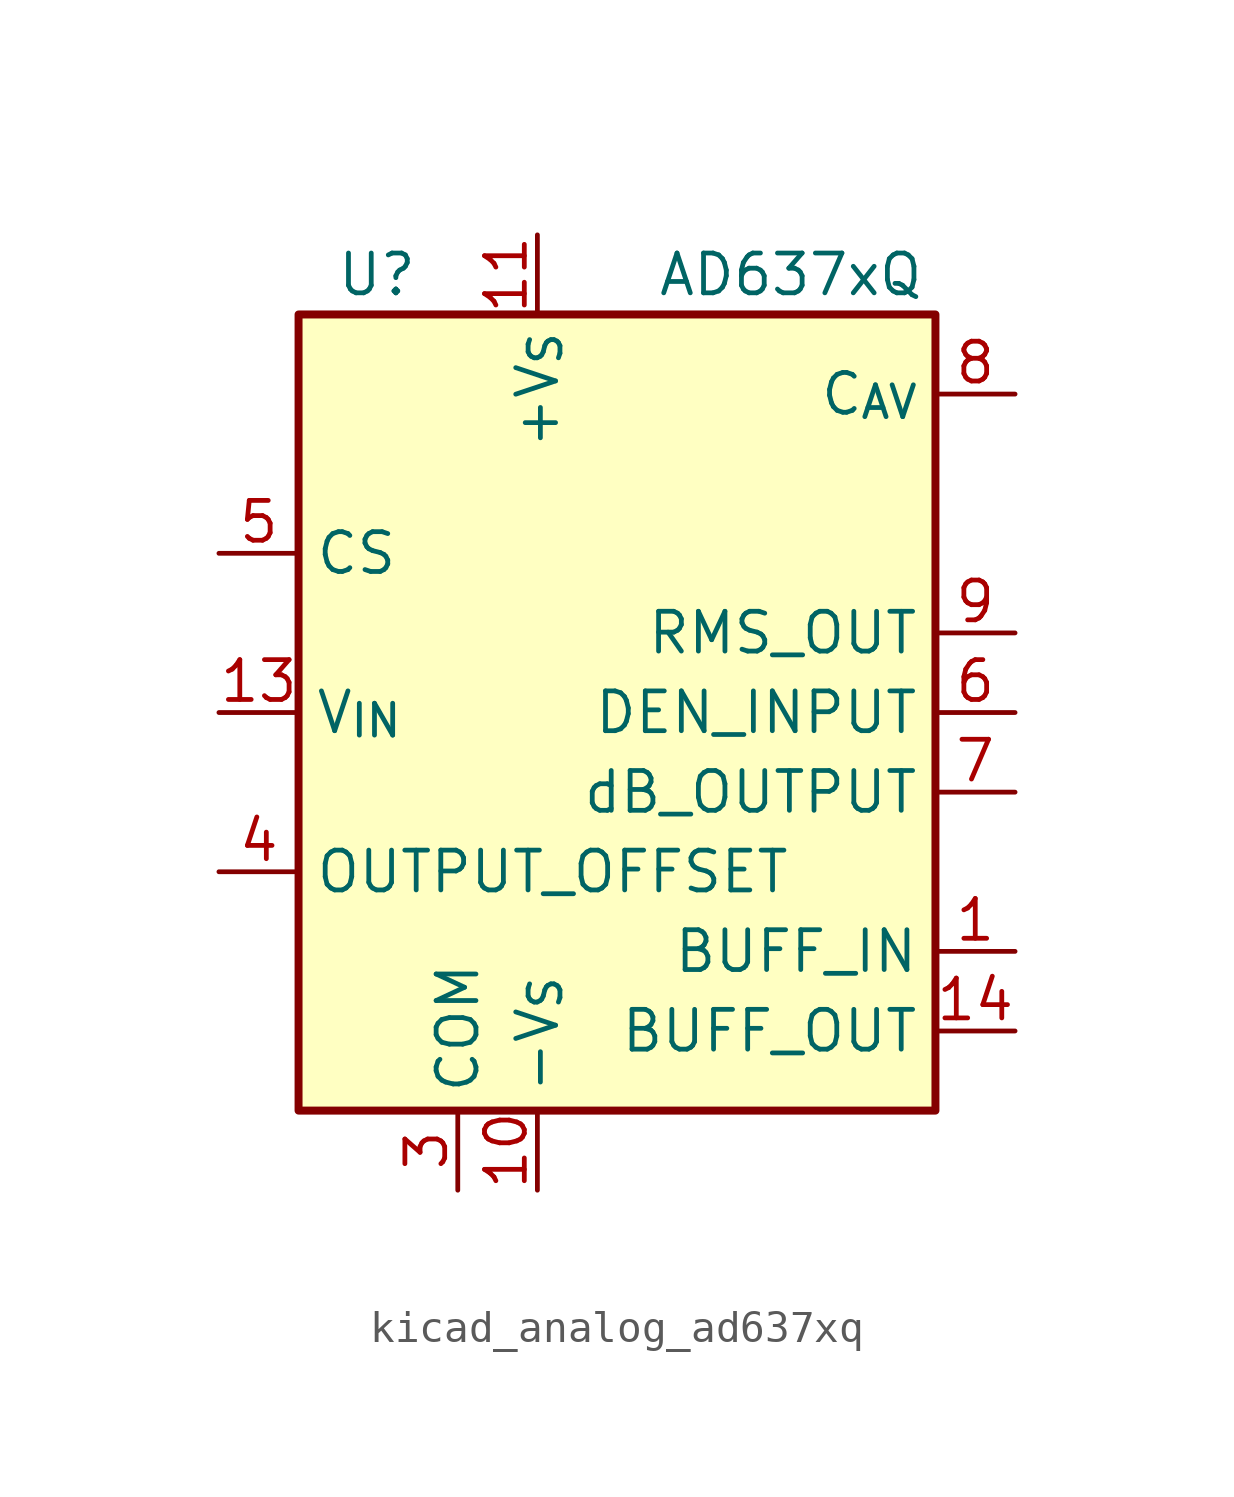
<source format=kicad_sym>
(kicad_symbol_lib
  (version 20220914)
  (generator kicad_symbol_editor)
  (symbol "kicad_analog_ad637xq"
    (property "Reference" "U"
      (at -6.35 13.97 0)
      (effects (font (size 1.27 1.27)) (justify right)))
    (property "Value" "AD637xQ"
      (at 1.27 13.97 0)
      (effects (font (size 1.27 1.27)) (justify left)))
    (symbol "kicad_analog_ad637xq_0_1"
      (rectangle (start -10.16 12.7) (end 10.16 -12.7) (stroke (width 0.254) (type default)) (fill (type background))))
    (symbol "kicad_analog_ad637xq_1_1"
      (pin input line (at 12.7 -7.62 180) (length 2.54) (name "BUFF_IN" (effects (font (size 1.27 1.27)))) (number "1" (effects (font (size 1.27 1.27)))))
      (pin power_in line (at -2.54 -15.24 90) (length 2.54) (name "-V_{S}" (effects (font (size 1.27 1.27)))) (number "10" (effects (font (size 1.27 1.27)))))
      (pin power_in line (at -2.54 15.24 270) (length 2.54) (name "+V_{S}" (effects (font (size 1.27 1.27)))) (number "11" (effects (font (size 1.27 1.27)))))
      (pin no_connect line (at -10.16 -7.62 0) (length 2.54) hide (name "NIC" (effects (font (size 1.27 1.27)))) (number "12" (effects (font (size 1.27 1.27)))))
      (pin input line (at -12.7 0 0) (length 2.54) (name "V_{IN}" (effects (font (size 1.27 1.27)))) (number "13" (effects (font (size 1.27 1.27)))))
      (pin output line (at 12.7 -10.16 180) (length 2.54) (name "BUFF_OUT" (effects (font (size 1.27 1.27)))) (number "14" (effects (font (size 1.27 1.27)))))
      (pin no_connect line (at -10.16 7.62 0) (length 2.54) hide (name "NIC" (effects (font (size 1.27 1.27)))) (number "2" (effects (font (size 1.27 1.27)))))
      (pin power_in line (at -5.08 -15.24 90) (length 2.54) (name "COM" (effects (font (size 1.27 1.27)))) (number "3" (effects (font (size 1.27 1.27)))))
      (pin input line (at -12.7 -5.08 0) (length 2.54) (name "OUTPUT_OFFSET" (effects (font (size 1.27 1.27)))) (number "4" (effects (font (size 1.27 1.27)))))
      (pin input line (at -12.7 5.08 0) (length 2.54) (name "CS" (effects (font (size 1.27 1.27)))) (number "5" (effects (font (size 1.27 1.27)))))
      (pin input line (at 12.7 0 180) (length 2.54) (name "DEN_INPUT" (effects (font (size 1.27 1.27)))) (number "6" (effects (font (size 1.27 1.27)))))
      (pin passive line (at 12.7 -2.54 180) (length 2.54) (name "dB_OUTPUT" (effects (font (size 1.27 1.27)))) (number "7" (effects (font (size 1.27 1.27)))))
      (pin passive line (at 12.7 10.16 180) (length 2.54) (name "C_{AV}" (effects (font (size 1.27 1.27)))) (number "8" (effects (font (size 1.27 1.27)))))
      (pin output line (at 12.7 2.54 180) (length 2.54) (name "RMS_OUT" (effects (font (size 1.27 1.27)))) (number "9" (effects (font (size 1.27 1.27))))))))
</source>
